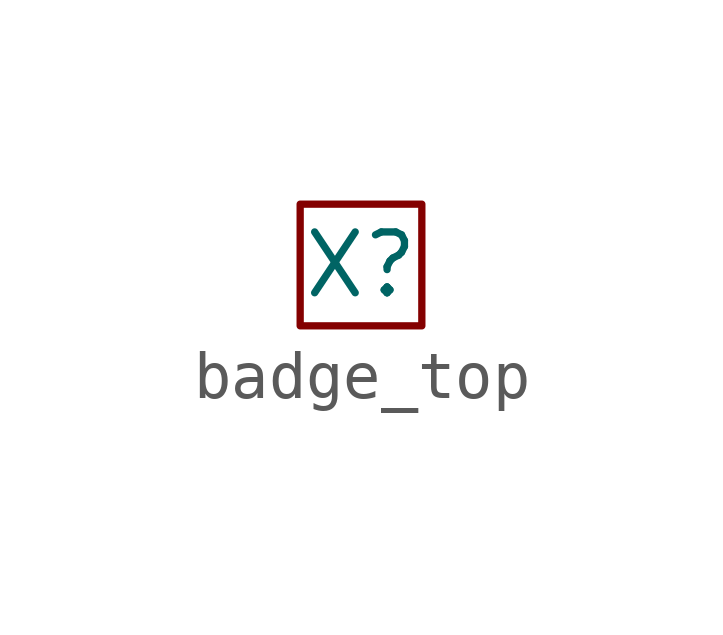
<source format=kicad_sym>
(kicad_symbol_lib
  (version 20220914)
  (generator kicad_symbol_editor)
  (symbol "badge_top"
    (property "Reference" "X"
      (at 0 0 0)
      (effects (font (size 1.27 1.27))))
    (property "Value" ""
      (at 0 0 0)
      (effects (font (size 1.27 1.27))))
    (symbol "badge_top_0_1"
      (rectangle (start -1.27 1.27) (end 1.27 -1.27) (stroke (width 0) (type default)) (fill (type none))))))
</source>
